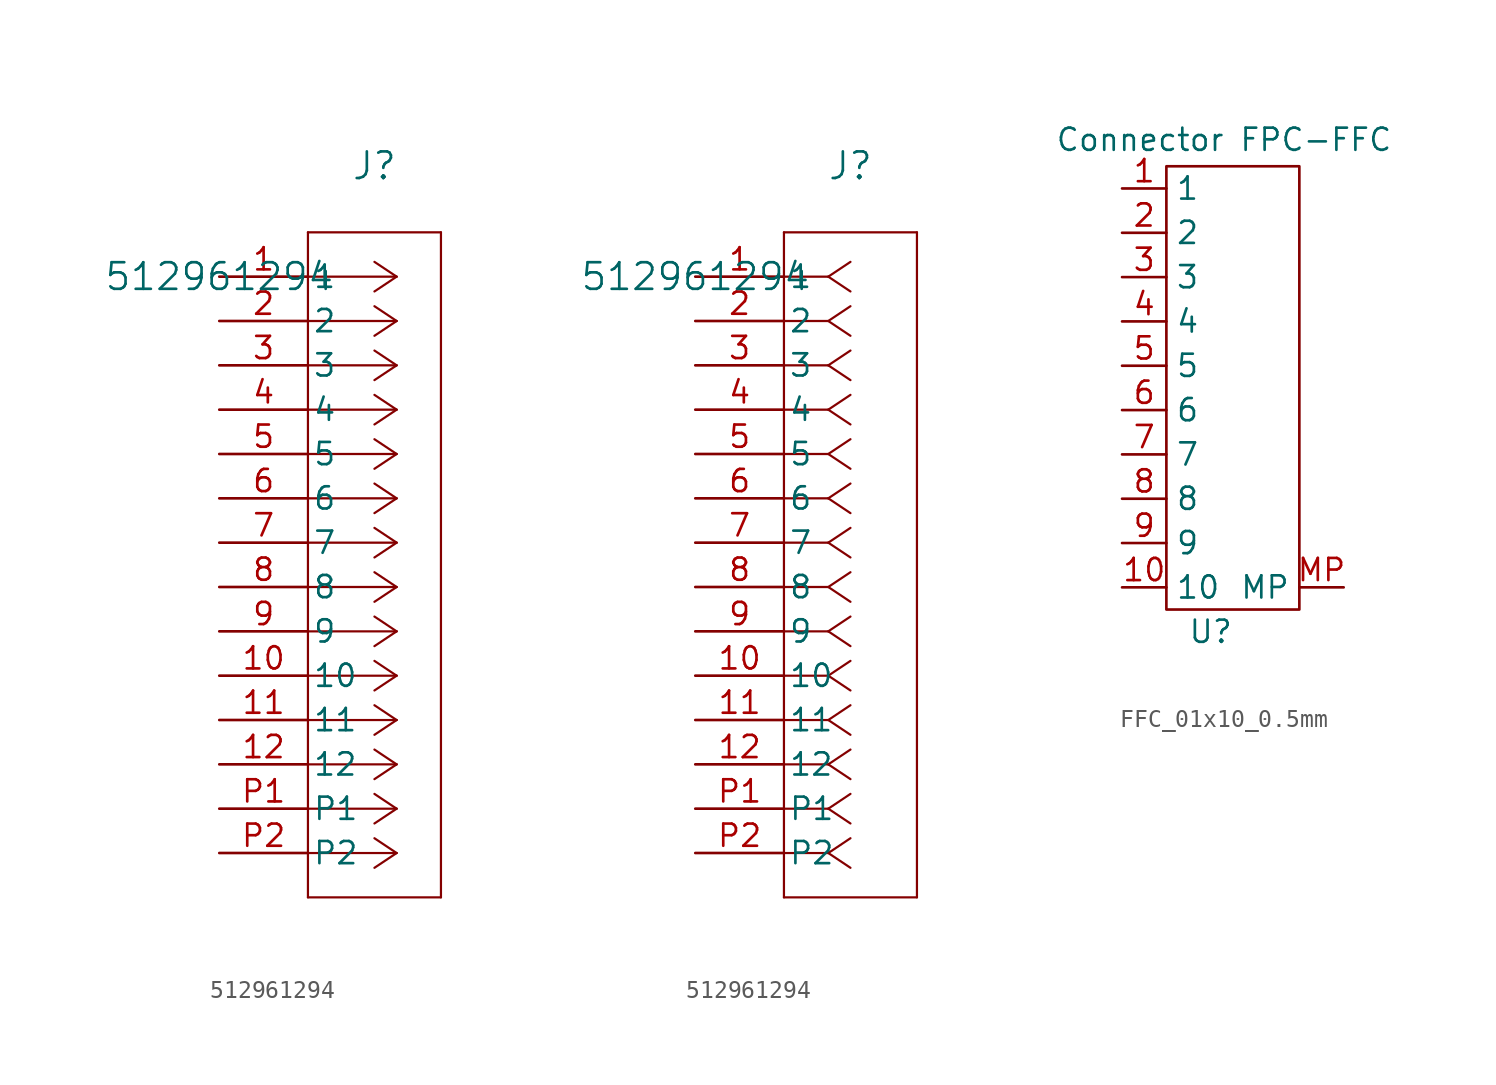
<source format=kicad_sym>
(kicad_symbol_lib
  (version 20241209)
  (generator "kicad_symbol_editor")
  (generator_version "9.0")
  (symbol "512961294"
    (pin_names
      (offset 0.254))
    (property "Reference" "J"
      (at 8.89 6.35 0)
      (effects (font (size 1.524 1.524))))
    (property "Value" "512961294"
      (at 0 0 0)
      (effects (font (size 1.524 1.524))))
    (symbol "512961294_1_1"
      (polyline (pts (xy 5.08 2.54) (xy 5.08 -35.56)) (stroke (width 0.127) (type default)) (fill (type none)))
      (polyline (pts (xy 5.08 -35.56) (xy 12.7 -35.56)) (stroke (width 0.127) (type default)) (fill (type none)))
      (polyline (pts (xy 10.16 0) (xy 5.08 0)) (stroke (width 0.127) (type default)) (fill (type none)))
      (polyline (pts (xy 10.16 0) (xy 8.89 0.847)) (stroke (width 0.127) (type default)) (fill (type none)))
      (polyline (pts (xy 10.16 0) (xy 8.89 -0.847)) (stroke (width 0.127) (type default)) (fill (type none)))
      (polyline (pts (xy 10.16 -2.54) (xy 5.08 -2.54)) (stroke (width 0.127) (type default)) (fill (type none)))
      (polyline (pts (xy 10.16 -2.54) (xy 8.89 -1.693)) (stroke (width 0.127) (type default)) (fill (type none)))
      (polyline (pts (xy 10.16 -2.54) (xy 8.89 -3.387)) (stroke (width 0.127) (type default)) (fill (type none)))
      (polyline (pts (xy 10.16 -5.08) (xy 5.08 -5.08)) (stroke (width 0.127) (type default)) (fill (type none)))
      (polyline (pts (xy 10.16 -5.08) (xy 8.89 -4.233)) (stroke (width 0.127) (type default)) (fill (type none)))
      (polyline (pts (xy 10.16 -5.08) (xy 8.89 -5.927)) (stroke (width 0.127) (type default)) (fill (type none)))
      (polyline (pts (xy 10.16 -7.62) (xy 5.08 -7.62)) (stroke (width 0.127) (type default)) (fill (type none)))
      (polyline (pts (xy 10.16 -7.62) (xy 8.89 -6.773)) (stroke (width 0.127) (type default)) (fill (type none)))
      (polyline (pts (xy 10.16 -7.62) (xy 8.89 -8.467)) (stroke (width 0.127) (type default)) (fill (type none)))
      (polyline (pts (xy 10.16 -10.16) (xy 5.08 -10.16)) (stroke (width 0.127) (type default)) (fill (type none)))
      (polyline (pts (xy 10.16 -10.16) (xy 8.89 -9.313)) (stroke (width 0.127) (type default)) (fill (type none)))
      (polyline (pts (xy 10.16 -10.16) (xy 8.89 -11.007)) (stroke (width 0.127) (type default)) (fill (type none)))
      (polyline (pts (xy 10.16 -12.7) (xy 5.08 -12.7)) (stroke (width 0.127) (type default)) (fill (type none)))
      (polyline (pts (xy 10.16 -12.7) (xy 8.89 -11.853)) (stroke (width 0.127) (type default)) (fill (type none)))
      (polyline (pts (xy 10.16 -12.7) (xy 8.89 -13.547)) (stroke (width 0.127) (type default)) (fill (type none)))
      (polyline (pts (xy 10.16 -15.24) (xy 5.08 -15.24)) (stroke (width 0.127) (type default)) (fill (type none)))
      (polyline (pts (xy 10.16 -15.24) (xy 8.89 -14.393)) (stroke (width 0.127) (type default)) (fill (type none)))
      (polyline (pts (xy 10.16 -15.24) (xy 8.89 -16.087)) (stroke (width 0.127) (type default)) (fill (type none)))
      (polyline (pts (xy 10.16 -17.78) (xy 5.08 -17.78)) (stroke (width 0.127) (type default)) (fill (type none)))
      (polyline (pts (xy 10.16 -17.78) (xy 8.89 -16.933)) (stroke (width 0.127) (type default)) (fill (type none)))
      (polyline (pts (xy 10.16 -17.78) (xy 8.89 -18.627)) (stroke (width 0.127) (type default)) (fill (type none)))
      (polyline (pts (xy 10.16 -20.32) (xy 5.08 -20.32)) (stroke (width 0.127) (type default)) (fill (type none)))
      (polyline (pts (xy 10.16 -20.32) (xy 8.89 -19.473)) (stroke (width 0.127) (type default)) (fill (type none)))
      (polyline (pts (xy 10.16 -20.32) (xy 8.89 -21.167)) (stroke (width 0.127) (type default)) (fill (type none)))
      (polyline (pts (xy 10.16 -22.86) (xy 5.08 -22.86)) (stroke (width 0.127) (type default)) (fill (type none)))
      (polyline (pts (xy 10.16 -22.86) (xy 8.89 -22.013)) (stroke (width 0.127) (type default)) (fill (type none)))
      (polyline (pts (xy 10.16 -22.86) (xy 8.89 -23.707)) (stroke (width 0.127) (type default)) (fill (type none)))
      (polyline (pts (xy 10.16 -25.4) (xy 5.08 -25.4)) (stroke (width 0.127) (type default)) (fill (type none)))
      (polyline (pts (xy 10.16 -25.4) (xy 8.89 -24.553)) (stroke (width 0.127) (type default)) (fill (type none)))
      (polyline (pts (xy 10.16 -25.4) (xy 8.89 -26.247)) (stroke (width 0.127) (type default)) (fill (type none)))
      (polyline (pts (xy 10.16 -27.94) (xy 5.08 -27.94)) (stroke (width 0.127) (type default)) (fill (type none)))
      (polyline (pts (xy 10.16 -27.94) (xy 8.89 -27.093)) (stroke (width 0.127) (type default)) (fill (type none)))
      (polyline (pts (xy 10.16 -27.94) (xy 8.89 -28.787)) (stroke (width 0.127) (type default)) (fill (type none)))
      (polyline (pts (xy 10.16 -30.48) (xy 5.08 -30.48)) (stroke (width 0.127) (type default)) (fill (type none)))
      (polyline (pts (xy 10.16 -30.48) (xy 8.89 -29.633)) (stroke (width 0.127) (type default)) (fill (type none)))
      (polyline (pts (xy 10.16 -30.48) (xy 8.89 -31.327)) (stroke (width 0.127) (type default)) (fill (type none)))
      (polyline (pts (xy 10.16 -33.02) (xy 5.08 -33.02)) (stroke (width 0.127) (type default)) (fill (type none)))
      (polyline (pts (xy 10.16 -33.02) (xy 8.89 -32.173)) (stroke (width 0.127) (type default)) (fill (type none)))
      (polyline (pts (xy 10.16 -33.02) (xy 8.89 -33.867)) (stroke (width 0.127) (type default)) (fill (type none)))
      (polyline (pts (xy 12.7 2.54) (xy 5.08 2.54)) (stroke (width 0.127) (type default)) (fill (type none)))
      (polyline (pts (xy 12.7 -35.56) (xy 12.7 2.54)) (stroke (width 0.127) (type default)) (fill (type none)))
      (pin unspecified line (at 0 0 0) (length 5.08) (name "1" (effects (font (size 1.27 1.27)))) (number "1" (effects (font (size 1.27 1.27)))))
      (pin unspecified line (at 0 -2.54 0) (length 5.08) (name "2" (effects (font (size 1.27 1.27)))) (number "2" (effects (font (size 1.27 1.27)))))
      (pin unspecified line (at 0 -5.08 0) (length 5.08) (name "3" (effects (font (size 1.27 1.27)))) (number "3" (effects (font (size 1.27 1.27)))))
      (pin unspecified line (at 0 -7.62 0) (length 5.08) (name "4" (effects (font (size 1.27 1.27)))) (number "4" (effects (font (size 1.27 1.27)))))
      (pin unspecified line (at 0 -10.16 0) (length 5.08) (name "5" (effects (font (size 1.27 1.27)))) (number "5" (effects (font (size 1.27 1.27)))))
      (pin unspecified line (at 0 -12.7 0) (length 5.08) (name "6" (effects (font (size 1.27 1.27)))) (number "6" (effects (font (size 1.27 1.27)))))
      (pin unspecified line (at 0 -15.24 0) (length 5.08) (name "7" (effects (font (size 1.27 1.27)))) (number "7" (effects (font (size 1.27 1.27)))))
      (pin unspecified line (at 0 -17.78 0) (length 5.08) (name "8" (effects (font (size 1.27 1.27)))) (number "8" (effects (font (size 1.27 1.27)))))
      (pin unspecified line (at 0 -20.32 0) (length 5.08) (name "9" (effects (font (size 1.27 1.27)))) (number "9" (effects (font (size 1.27 1.27)))))
      (pin unspecified line (at 0 -22.86 0) (length 5.08) (name "10" (effects (font (size 1.27 1.27)))) (number "10" (effects (font (size 1.27 1.27)))))
      (pin unspecified line (at 0 -25.4 0) (length 5.08) (name "11" (effects (font (size 1.27 1.27)))) (number "11" (effects (font (size 1.27 1.27)))))
      (pin unspecified line (at 0 -27.94 0) (length 5.08) (name "12" (effects (font (size 1.27 1.27)))) (number "12" (effects (font (size 1.27 1.27)))))
      (pin unspecified line (at 0 -30.48 0) (length 5.08) (name "P1" (effects (font (size 1.27 1.27)))) (number "P1" (effects (font (size 1.27 1.27)))))
      (pin unspecified line (at 0 -33.02 0) (length 5.08) (name "P2" (effects (font (size 1.27 1.27)))) (number "P2" (effects (font (size 1.27 1.27))))))
    (symbol "512961294_1_2"
      (polyline (pts (xy 5.08 2.54) (xy 5.08 -35.56)) (stroke (width 0.127) (type default)) (fill (type none)))
      (polyline (pts (xy 5.08 -35.56) (xy 12.7 -35.56)) (stroke (width 0.127) (type default)) (fill (type none)))
      (polyline (pts (xy 7.62 0) (xy 5.08 0)) (stroke (width 0.127) (type default)) (fill (type none)))
      (polyline (pts (xy 7.62 0) (xy 8.89 0.847)) (stroke (width 0.127) (type default)) (fill (type none)))
      (polyline (pts (xy 7.62 0) (xy 8.89 -0.847)) (stroke (width 0.127) (type default)) (fill (type none)))
      (polyline (pts (xy 7.62 -2.54) (xy 5.08 -2.54)) (stroke (width 0.127) (type default)) (fill (type none)))
      (polyline (pts (xy 7.62 -2.54) (xy 8.89 -1.693)) (stroke (width 0.127) (type default)) (fill (type none)))
      (polyline (pts (xy 7.62 -2.54) (xy 8.89 -3.387)) (stroke (width 0.127) (type default)) (fill (type none)))
      (polyline (pts (xy 7.62 -5.08) (xy 5.08 -5.08)) (stroke (width 0.127) (type default)) (fill (type none)))
      (polyline (pts (xy 7.62 -5.08) (xy 8.89 -4.233)) (stroke (width 0.127) (type default)) (fill (type none)))
      (polyline (pts (xy 7.62 -5.08) (xy 8.89 -5.927)) (stroke (width 0.127) (type default)) (fill (type none)))
      (polyline (pts (xy 7.62 -7.62) (xy 5.08 -7.62)) (stroke (width 0.127) (type default)) (fill (type none)))
      (polyline (pts (xy 7.62 -7.62) (xy 8.89 -6.773)) (stroke (width 0.127) (type default)) (fill (type none)))
      (polyline (pts (xy 7.62 -7.62) (xy 8.89 -8.467)) (stroke (width 0.127) (type default)) (fill (type none)))
      (polyline (pts (xy 7.62 -10.16) (xy 5.08 -10.16)) (stroke (width 0.127) (type default)) (fill (type none)))
      (polyline (pts (xy 7.62 -10.16) (xy 8.89 -9.313)) (stroke (width 0.127) (type default)) (fill (type none)))
      (polyline (pts (xy 7.62 -10.16) (xy 8.89 -11.007)) (stroke (width 0.127) (type default)) (fill (type none)))
      (polyline (pts (xy 7.62 -12.7) (xy 5.08 -12.7)) (stroke (width 0.127) (type default)) (fill (type none)))
      (polyline (pts (xy 7.62 -12.7) (xy 8.89 -11.853)) (stroke (width 0.127) (type default)) (fill (type none)))
      (polyline (pts (xy 7.62 -12.7) (xy 8.89 -13.547)) (stroke (width 0.127) (type default)) (fill (type none)))
      (polyline (pts (xy 7.62 -15.24) (xy 5.08 -15.24)) (stroke (width 0.127) (type default)) (fill (type none)))
      (polyline (pts (xy 7.62 -15.24) (xy 8.89 -14.393)) (stroke (width 0.127) (type default)) (fill (type none)))
      (polyline (pts (xy 7.62 -15.24) (xy 8.89 -16.087)) (stroke (width 0.127) (type default)) (fill (type none)))
      (polyline (pts (xy 7.62 -17.78) (xy 5.08 -17.78)) (stroke (width 0.127) (type default)) (fill (type none)))
      (polyline (pts (xy 7.62 -17.78) (xy 8.89 -16.933)) (stroke (width 0.127) (type default)) (fill (type none)))
      (polyline (pts (xy 7.62 -17.78) (xy 8.89 -18.627)) (stroke (width 0.127) (type default)) (fill (type none)))
      (polyline (pts (xy 7.62 -20.32) (xy 5.08 -20.32)) (stroke (width 0.127) (type default)) (fill (type none)))
      (polyline (pts (xy 7.62 -20.32) (xy 8.89 -19.473)) (stroke (width 0.127) (type default)) (fill (type none)))
      (polyline (pts (xy 7.62 -20.32) (xy 8.89 -21.167)) (stroke (width 0.127) (type default)) (fill (type none)))
      (polyline (pts (xy 7.62 -22.86) (xy 5.08 -22.86)) (stroke (width 0.127) (type default)) (fill (type none)))
      (polyline (pts (xy 7.62 -22.86) (xy 8.89 -22.013)) (stroke (width 0.127) (type default)) (fill (type none)))
      (polyline (pts (xy 7.62 -22.86) (xy 8.89 -23.707)) (stroke (width 0.127) (type default)) (fill (type none)))
      (polyline (pts (xy 7.62 -25.4) (xy 5.08 -25.4)) (stroke (width 0.127) (type default)) (fill (type none)))
      (polyline (pts (xy 7.62 -25.4) (xy 8.89 -24.553)) (stroke (width 0.127) (type default)) (fill (type none)))
      (polyline (pts (xy 7.62 -25.4) (xy 8.89 -26.247)) (stroke (width 0.127) (type default)) (fill (type none)))
      (polyline (pts (xy 7.62 -27.94) (xy 5.08 -27.94)) (stroke (width 0.127) (type default)) (fill (type none)))
      (polyline (pts (xy 7.62 -27.94) (xy 8.89 -27.093)) (stroke (width 0.127) (type default)) (fill (type none)))
      (polyline (pts (xy 7.62 -27.94) (xy 8.89 -28.787)) (stroke (width 0.127) (type default)) (fill (type none)))
      (polyline (pts (xy 7.62 -30.48) (xy 5.08 -30.48)) (stroke (width 0.127) (type default)) (fill (type none)))
      (polyline (pts (xy 7.62 -30.48) (xy 8.89 -29.633)) (stroke (width 0.127) (type default)) (fill (type none)))
      (polyline (pts (xy 7.62 -30.48) (xy 8.89 -31.327)) (stroke (width 0.127) (type default)) (fill (type none)))
      (polyline (pts (xy 7.62 -33.02) (xy 5.08 -33.02)) (stroke (width 0.127) (type default)) (fill (type none)))
      (polyline (pts (xy 7.62 -33.02) (xy 8.89 -32.173)) (stroke (width 0.127) (type default)) (fill (type none)))
      (polyline (pts (xy 7.62 -33.02) (xy 8.89 -33.867)) (stroke (width 0.127) (type default)) (fill (type none)))
      (polyline (pts (xy 12.7 2.54) (xy 5.08 2.54)) (stroke (width 0.127) (type default)) (fill (type none)))
      (polyline (pts (xy 12.7 -35.56) (xy 12.7 2.54)) (stroke (width 0.127) (type default)) (fill (type none)))
      (pin unspecified line (at 0 0 0) (length 5.08) (name "1" (effects (font (size 1.27 1.27)))) (number "1" (effects (font (size 1.27 1.27)))))
      (pin unspecified line (at 0 -2.54 0) (length 5.08) (name "2" (effects (font (size 1.27 1.27)))) (number "2" (effects (font (size 1.27 1.27)))))
      (pin unspecified line (at 0 -5.08 0) (length 5.08) (name "3" (effects (font (size 1.27 1.27)))) (number "3" (effects (font (size 1.27 1.27)))))
      (pin unspecified line (at 0 -7.62 0) (length 5.08) (name "4" (effects (font (size 1.27 1.27)))) (number "4" (effects (font (size 1.27 1.27)))))
      (pin unspecified line (at 0 -10.16 0) (length 5.08) (name "5" (effects (font (size 1.27 1.27)))) (number "5" (effects (font (size 1.27 1.27)))))
      (pin unspecified line (at 0 -12.7 0) (length 5.08) (name "6" (effects (font (size 1.27 1.27)))) (number "6" (effects (font (size 1.27 1.27)))))
      (pin unspecified line (at 0 -15.24 0) (length 5.08) (name "7" (effects (font (size 1.27 1.27)))) (number "7" (effects (font (size 1.27 1.27)))))
      (pin unspecified line (at 0 -17.78 0) (length 5.08) (name "8" (effects (font (size 1.27 1.27)))) (number "8" (effects (font (size 1.27 1.27)))))
      (pin unspecified line (at 0 -20.32 0) (length 5.08) (name "9" (effects (font (size 1.27 1.27)))) (number "9" (effects (font (size 1.27 1.27)))))
      (pin unspecified line (at 0 -22.86 0) (length 5.08) (name "10" (effects (font (size 1.27 1.27)))) (number "10" (effects (font (size 1.27 1.27)))))
      (pin unspecified line (at 0 -25.4 0) (length 5.08) (name "11" (effects (font (size 1.27 1.27)))) (number "11" (effects (font (size 1.27 1.27)))))
      (pin unspecified line (at 0 -27.94 0) (length 5.08) (name "12" (effects (font (size 1.27 1.27)))) (number "12" (effects (font (size 1.27 1.27)))))
      (pin unspecified line (at 0 -30.48 0) (length 5.08) (name "P1" (effects (font (size 1.27 1.27)))) (number "P1" (effects (font (size 1.27 1.27)))))
      (pin unspecified line (at 0 -33.02 0) (length 5.08) (name "P2" (effects (font (size 1.27 1.27)))) (number "P2" (effects (font (size 1.27 1.27)))))))
  (symbol "FFC_01x10_0.5mm"
    (property "Reference" "U"
      (at 0 0 0)
      (effects (font (size 1.27 1.27))))
    (property "Value" "Connector FPC-FFC"
      (at 0.762 28.194 0)
      (effects (font (size 1.27 1.27))))
    (symbol "FFC_01x10_0.5mm_0_1"
      (rectangle (start -2.54 26.67) (end 5.08 1.27) (stroke (width 0) (type default)) (fill (type none))))
    (symbol "FFC_01x10_0.5mm_1_1"
      (pin passive line (at -5.08 25.4 0) (length 2.54) (name "1" (effects (font (size 1.27 1.27)))) (number "1" (effects (font (size 1.27 1.27)))))
      (pin passive line (at -5.08 22.86 0) (length 2.54) (name "2" (effects (font (size 1.27 1.27)))) (number "2" (effects (font (size 1.27 1.27)))))
      (pin passive line (at -5.08 20.32 0) (length 2.54) (name "3" (effects (font (size 1.27 1.27)))) (number "3" (effects (font (size 1.27 1.27)))))
      (pin passive line (at -5.08 17.78 0) (length 2.54) (name "4" (effects (font (size 1.27 1.27)))) (number "4" (effects (font (size 1.27 1.27)))))
      (pin passive line (at -5.08 15.24 0) (length 2.54) (name "5" (effects (font (size 1.27 1.27)))) (number "5" (effects (font (size 1.27 1.27)))))
      (pin passive line (at -5.08 12.7 0) (length 2.54) (name "6" (effects (font (size 1.27 1.27)))) (number "6" (effects (font (size 1.27 1.27)))))
      (pin passive line (at -5.08 10.16 0) (length 2.54) (name "7" (effects (font (size 1.27 1.27)))) (number "7" (effects (font (size 1.27 1.27)))))
      (pin passive line (at -5.08 7.62 0) (length 2.54) (name "8" (effects (font (size 1.27 1.27)))) (number "8" (effects (font (size 1.27 1.27)))))
      (pin passive line (at -5.08 5.08 0) (length 2.54) (name "9" (effects (font (size 1.27 1.27)))) (number "9" (effects (font (size 1.27 1.27)))))
      (pin passive line (at -5.08 2.54 0) (length 2.54) (name "10" (effects (font (size 1.27 1.27)))) (number "10" (effects (font (size 1.27 1.27)))))
      (pin passive line (at 7.62 2.54 180) (length 2.54) (name "MP" (effects (font (size 1.27 1.27)))) (number "MP" (effects (font (size 1.27 1.27))))))))
</source>
